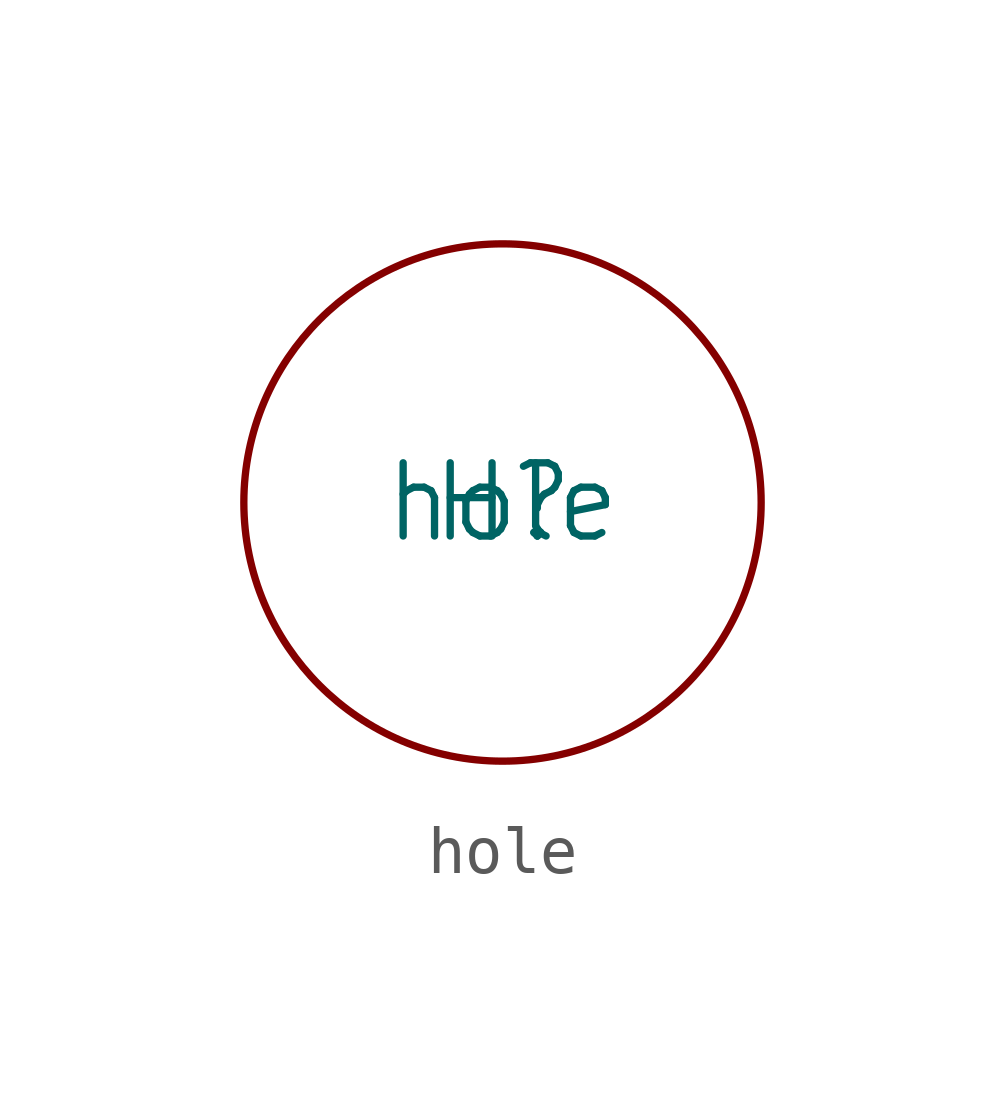
<source format=kicad_sym>
(kicad_symbol_lib
  (version 20231120)
  (generator "kicad_symbol_editor")
  (generator_version "8.0")
  (symbol "hole"
    (pin_names
      (offset 1.016))
    (property "Reference" "H"
      (at 0 0 0)
      (effects (font (size 1.524 1.524))))
    (property "Value" "hole"
      (at 0 0 0)
      (effects (font (size 1.524 1.524))))
    (property "Footprint" ""
      (at 0 0 0)
      (effects (font (size 1.524 1.524))))
    (property "Datasheet" ""
      (at 0 0 0)
      (effects (font (size 1.524 1.524))))
    (symbol "hole_0_1"
      (circle (center 0 0) (radius 5.385) (stroke (width 0) (type default)) (fill (type none))))))
</source>
